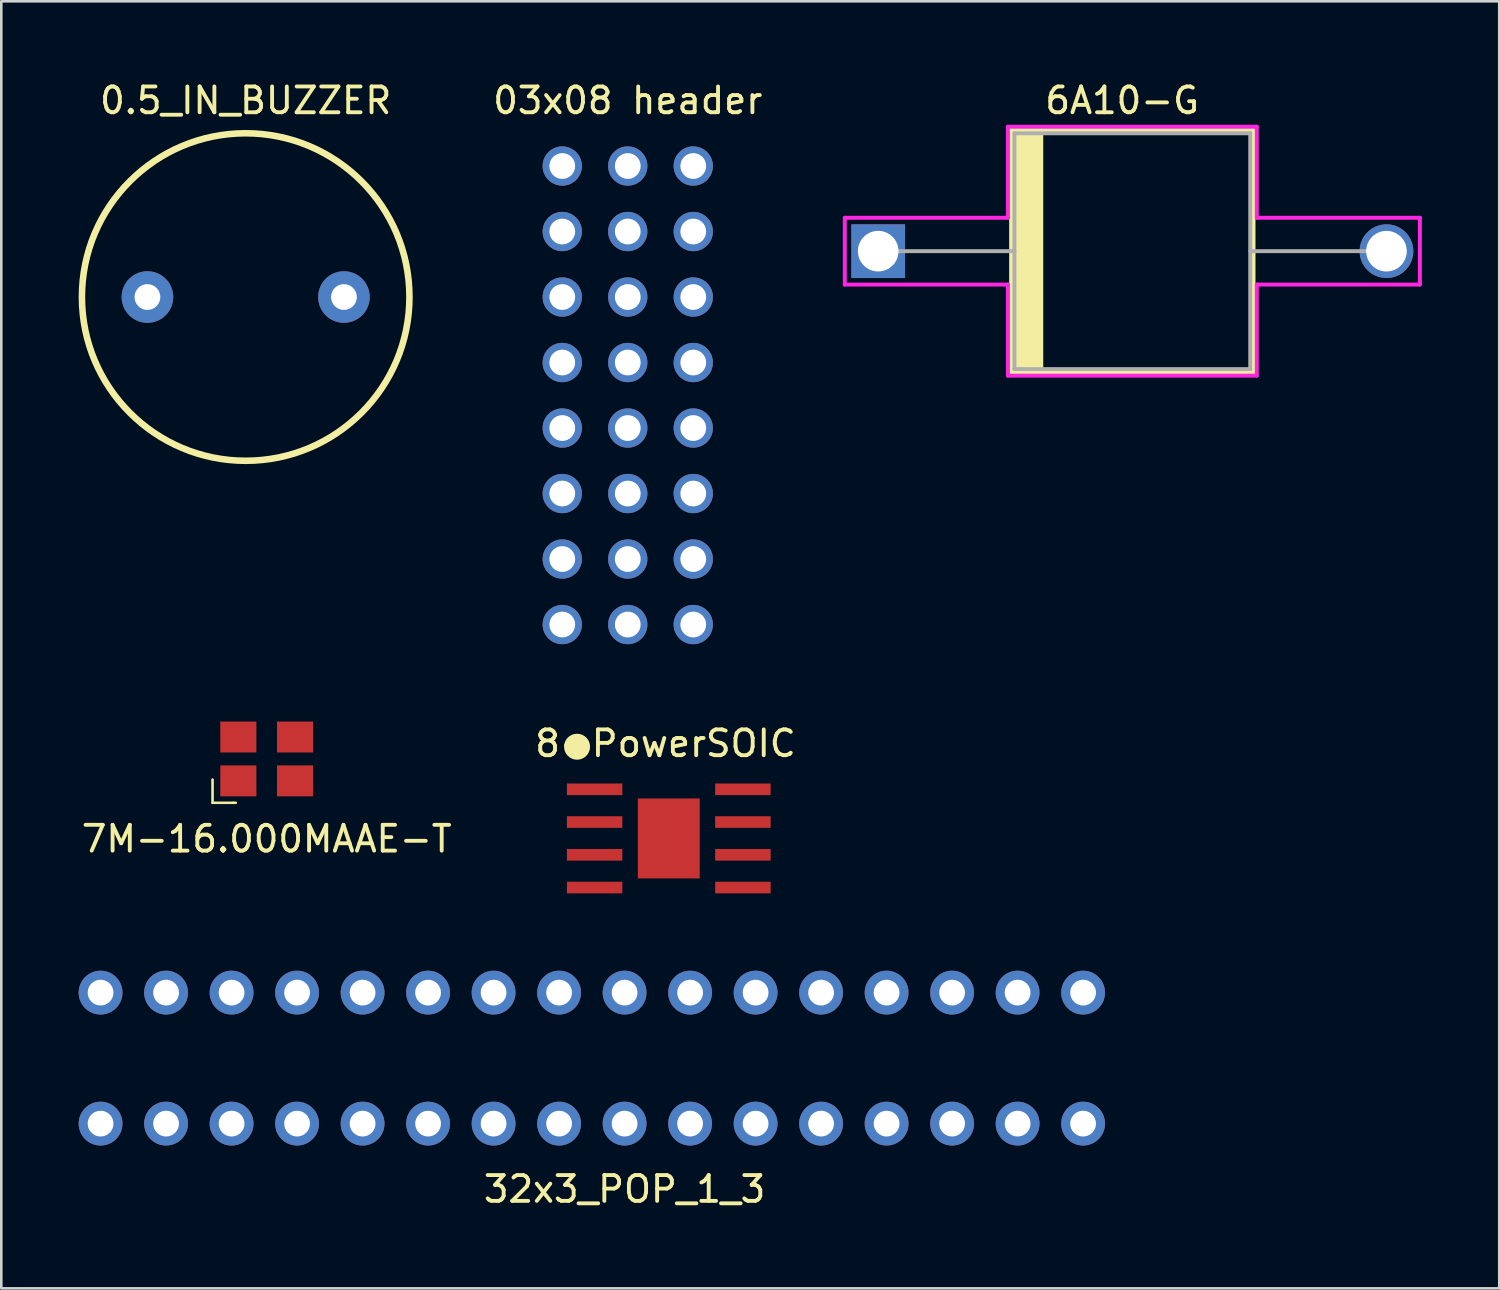
<source format=kicad_pcb>
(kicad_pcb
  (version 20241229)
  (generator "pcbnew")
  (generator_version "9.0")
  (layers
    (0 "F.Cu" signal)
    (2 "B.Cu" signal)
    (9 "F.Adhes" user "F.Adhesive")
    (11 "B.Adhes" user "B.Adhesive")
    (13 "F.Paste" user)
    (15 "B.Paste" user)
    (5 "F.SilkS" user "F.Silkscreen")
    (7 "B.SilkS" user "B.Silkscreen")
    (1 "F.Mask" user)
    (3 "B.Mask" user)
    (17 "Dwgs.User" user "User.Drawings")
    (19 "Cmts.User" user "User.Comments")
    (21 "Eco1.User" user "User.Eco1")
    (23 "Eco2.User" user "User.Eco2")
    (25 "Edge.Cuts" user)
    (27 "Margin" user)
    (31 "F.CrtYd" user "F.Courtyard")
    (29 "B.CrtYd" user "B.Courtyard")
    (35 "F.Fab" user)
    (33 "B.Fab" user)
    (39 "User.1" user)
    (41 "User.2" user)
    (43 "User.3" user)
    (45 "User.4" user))
  (footprint "7M-16.000MAAE-T"
    (layer "F.Cu")
    (at 7.292 26.38)
    (property "Reference" "7M-16.000MAAE-T" (at 0 3.1 0) (layer "F.SilkS") (effects (font (size 1 1) (thickness 0.15))))
    (attr through_hole)
    (fp_line (start -2.1 0.8) (end -2.1 1.7) (stroke (width 0.1) (type solid)) (layer "F.SilkS"))
    (fp_line (start -2.1 1.7) (end -1.3 1.7) (stroke (width 0.1) (type solid)) (layer "F.SilkS"))
    (fp_line (start -1.3 1.7) (end -1.2 1.7) (stroke (width 0.1) (type solid)) (layer "F.SilkS"))
    (pad "1" smd rect (at -1.1 0.85) (size 1.4 1.2) (layers "F.Cu" "F.Mask" "F.Paste"))
    (pad "2" smd rect (at 1.1 0.85) (size 1.4 1.2) (layers "F.Cu" "F.Mask" "F.Paste"))
    (pad "3" smd rect (at 1.1 -0.85) (size 1.4 1.2) (layers "F.Cu" "F.Mask" "F.Paste"))
    (pad "4" smd rect (at -1.1 -0.85) (size 1.4 1.2) (layers "F.Cu" "F.Mask" "F.Paste")))
  (footprint "8-PowerSOIC"
    (layer "F.Cu")
    (at 22.883 29.462)
    (property "Reference" "8-PowerSOIC" (at -0.127 -3.683 0) (layer "F.SilkS") (effects (font (size 1 1) (thickness 0.15))))
    (attr through_hole)
    (fp_circle (center -3.556 -3.556) (end -3.302 -3.556) (stroke (width 0.5) (type solid)) (fill no) (layer "F.SilkS"))
    (pad "1" smd rect (at -2.875 -1.905) (size 2.15 0.45) (layers "F.Cu" "F.Mask" "F.Paste"))
    (pad "2" smd rect (at -2.875 -0.635) (size 2.15 0.45) (layers "F.Cu" "F.Mask" "F.Paste"))
    (pad "3" smd rect (at -2.875 0.635) (size 2.15 0.45) (layers "F.Cu" "F.Mask" "F.Paste"))
    (pad "4" smd rect (at -2.875 1.905) (size 2.15 0.45) (layers "F.Cu" "F.Mask" "F.Paste"))
    (pad "5" smd rect (at 2.875 1.905) (size 2.15 0.45) (layers "F.Cu" "F.Mask" "F.Paste"))
    (pad "6" smd rect (at 2.875 0.635) (size 2.15 0.45) (layers "F.Cu" "F.Mask" "F.Paste"))
    (pad "7" smd rect (at 2.875 -0.635) (size 2.15 0.45) (layers "F.Cu" "F.Mask" "F.Paste"))
    (pad "8" smd rect (at 2.875 -1.905) (size 2.15 0.45) (layers "F.Cu" "F.Mask" "F.Paste"))
    (pad "9" smd rect (at 0 0) (size 2.4 3.1) (layers "F.Cu" "F.Mask" "F.Paste")))
  (footprint "6A10-G"
    (layer "F.Cu")
    (at 31.004 6.69)
    (property "Reference" "6A10-G" (at 9.461 -5.842 0) (layer "F.SilkS") (effects (font (size 1 1) (thickness 0.15))))
    (attr through_hole)
    (fp_line (start 5.156 -4.699) (end 5.156 4.699) (stroke (width 0.152) (type solid)) (layer "F.SilkS"))
    (fp_line (start 5.156 4.699) (end 14.554 4.699) (stroke (width 0.152) (type solid)) (layer "F.SilkS"))
    (fp_line (start 14.554 -4.699) (end 5.156 -4.699) (stroke (width 0.152) (type solid)) (layer "F.SilkS"))
    (fp_line (start 14.554 4.699) (end 14.554 -4.699) (stroke (width 0.152) (type solid)) (layer "F.SilkS"))
    (fp_poly (pts (xy 6.35 4.699) (xy 5.156 4.699) (xy 5.156 -4.699) (xy 6.35 -4.699)) (stroke (width 0.1) (type solid)) (fill yes) (layer "F.SilkS"))
    (fp_line (start -1.295 -1.295) (end 5.029 -1.295) (stroke (width 0.152) (type solid)) (layer "F.CrtYd"))
    (fp_line (start -1.295 1.295) (end -1.295 -1.295) (stroke (width 0.152) (type solid)) (layer "F.CrtYd"))
    (fp_line (start 5.029 -4.826) (end 14.681 -4.826) (stroke (width 0.152) (type solid)) (layer "F.CrtYd"))
    (fp_line (start 5.029 -1.295) (end 5.029 -4.826) (stroke (width 0.152) (type solid)) (layer "F.CrtYd"))
    (fp_line (start 5.029 1.295) (end -1.295 1.295) (stroke (width 0.152) (type solid)) (layer "F.CrtYd"))
    (fp_line (start 5.029 4.826) (end 5.029 1.295) (stroke (width 0.152) (type solid)) (layer "F.CrtYd"))
    (fp_line (start 14.681 -4.826) (end 14.681 -1.295) (stroke (width 0.152) (type solid)) (layer "F.CrtYd"))
    (fp_line (start 14.681 -1.295) (end 21.006 -1.295) (stroke (width 0.152) (type solid)) (layer "F.CrtYd"))
    (fp_line (start 14.681 1.295) (end 14.681 4.826) (stroke (width 0.152) (type solid)) (layer "F.CrtYd"))
    (fp_line (start 14.681 4.826) (end 5.029 4.826) (stroke (width 0.152) (type solid)) (layer "F.CrtYd"))
    (fp_line (start 21.006 -1.295) (end 21.006 1.295) (stroke (width 0.152) (type solid)) (layer "F.CrtYd"))
    (fp_line (start 21.006 1.295) (end 14.681 1.295) (stroke (width 0.152) (type solid)) (layer "F.CrtYd"))
    (fp_line (start 0 0) (end 5.283 0) (stroke (width 0.152) (type solid)) (layer "F.Fab"))
    (fp_line (start 5.283 -4.572) (end 5.283 4.572) (stroke (width 0.152) (type solid)) (layer "F.Fab"))
    (fp_line (start 5.283 4.572) (end 14.427 4.572) (stroke (width 0.152) (type solid)) (layer "F.Fab"))
    (fp_line (start 14.427 -4.572) (end 5.283 -4.572) (stroke (width 0.152) (type solid)) (layer "F.Fab"))
    (fp_line (start 14.427 4.572) (end 14.427 -4.572) (stroke (width 0.152) (type solid)) (layer "F.Fab"))
    (fp_line (start 19.71 0) (end 14.427 0) (stroke (width 0.152) (type solid)) (layer "F.Fab"))
    (pad "1" thru_hole rect (at 0 0) (size 2.083 2.083) (drill 1.575) (layers "*.Cu" "*.Mask"))
    (pad "2" thru_hole circle (at 19.71 0) (size 2.083 2.083) (drill 1.575) (layers "*.Cu" "*.Mask")))
  (footprint "03x08 header"
    (layer "F.Cu")
    (at 21.293 12.278)
    (property "Reference" "03x08 header" (at 0 -11.43 0) (unlocked yes) (layer "F.SilkS") (effects (font (size 1 1) (thickness 0.15))))
    (attr through_hole)
    (pad "1" thru_hole circle (at -2.54 -8.89) (size 1.524 1.524) (drill 1) (layers "*.Cu" "*.Mask"))
    (pad "2" thru_hole circle (at 0 -8.89) (size 1.524 1.524) (drill 1) (layers "*.Cu" "*.Mask"))
    (pad "3" thru_hole circle (at 2.54 -8.89) (size 1.524 1.524) (drill 1) (layers "*.Cu" "*.Mask"))
    (pad "4" thru_hole circle (at -2.54 -6.35) (size 1.524 1.524) (drill 1) (layers "*.Cu" "*.Mask"))
    (pad "5" thru_hole circle (at 0 -6.35) (size 1.524 1.524) (drill 1) (layers "*.Cu" "*.Mask"))
    (pad "6" thru_hole circle (at 2.54 -6.35) (size 1.524 1.524) (drill 1) (layers "*.Cu" "*.Mask"))
    (pad "7" thru_hole circle (at -2.54 -3.81) (size 1.524 1.524) (drill 1) (layers "*.Cu" "*.Mask"))
    (pad "8" thru_hole circle (at 0 -3.81) (size 1.524 1.524) (drill 1) (layers "*.Cu" "*.Mask"))
    (pad "9" thru_hole circle (at 2.54 -3.81) (size 1.524 1.524) (drill 1) (layers "*.Cu" "*.Mask"))
    (pad "10" thru_hole circle (at -2.54 -1.27) (size 1.524 1.524) (drill 1) (layers "*.Cu" "*.Mask"))
    (pad "11" thru_hole circle (at 0 -1.27) (size 1.524 1.524) (drill 1) (layers "*.Cu" "*.Mask"))
    (pad "12" thru_hole circle (at 2.54 -1.27) (size 1.524 1.524) (drill 1) (layers "*.Cu" "*.Mask"))
    (pad "13" thru_hole circle (at -2.54 1.27) (size 1.524 1.524) (drill 1) (layers "*.Cu" "*.Mask"))
    (pad "14" thru_hole circle (at 0 1.27) (size 1.524 1.524) (drill 1) (layers "*.Cu" "*.Mask"))
    (pad "15" thru_hole circle (at 2.54 1.27) (size 1.524 1.524) (drill 1) (layers "*.Cu" "*.Mask"))
    (pad "16" thru_hole circle (at -2.54 3.81) (size 1.524 1.524) (drill 1) (layers "*.Cu" "*.Mask"))
    (pad "17" thru_hole circle (at 0 3.81) (size 1.524 1.524) (drill 1) (layers "*.Cu" "*.Mask"))
    (pad "18" thru_hole circle (at 2.54 3.81) (size 1.524 1.524) (drill 1) (layers "*.Cu" "*.Mask"))
    (pad "19" thru_hole circle (at -2.54 6.35) (size 1.524 1.524) (drill 1) (layers "*.Cu" "*.Mask"))
    (pad "20" thru_hole circle (at 0 6.35) (size 1.524 1.524) (drill 1) (layers "*.Cu" "*.Mask"))
    (pad "21" thru_hole circle (at 2.54 6.35) (size 1.524 1.524) (drill 1) (layers "*.Cu" "*.Mask"))
    (pad "22" thru_hole circle (at -2.54 8.89) (size 1.524 1.524) (drill 1) (layers "*.Cu" "*.Mask"))
    (pad "23" thru_hole circle (at 0 8.89) (size 1.524 1.524) (drill 1) (layers "*.Cu" "*.Mask"))
    (pad "24" thru_hole circle (at 2.54 8.89) (size 1.524 1.524) (drill 1) (layers "*.Cu" "*.Mask")))
  (footprint "32x3_POP_1_3"
    (layer "F.Cu")
    (at 21.17 37.981)
    (property "Reference" "32x3_POP_1_3" (at 0 5.08 0) (layer "F.SilkS") (effects (font (size 1 1) (thickness 0.15))))
    (attr through_hole)
    (pad "1" thru_hole circle (at -20.32 -2.54) (size 1.7 1.7) (drill 1) (layers "*.Cu" "*.Mask"))
    (pad "2" thru_hole circle (at -20.32 2.54) (size 1.7 1.7) (drill 1) (layers "*.Cu" "*.Mask"))
    (pad "3" thru_hole circle (at -17.78 -2.54) (size 1.7 1.7) (drill 1) (layers "*.Cu" "*.Mask"))
    (pad "4" thru_hole circle (at -17.78 2.54) (size 1.7 1.7) (drill 1) (layers "*.Cu" "*.Mask"))
    (pad "5" thru_hole circle (at -15.24 -2.54) (size 1.7 1.7) (drill 1) (layers "*.Cu" "*.Mask"))
    (pad "6" thru_hole circle (at -15.24 2.54) (size 1.7 1.7) (drill 1) (layers "*.Cu" "*.Mask"))
    (pad "7" thru_hole circle (at -12.7 -2.54) (size 1.7 1.7) (drill 1) (layers "*.Cu" "*.Mask"))
    (pad "8" thru_hole circle (at -12.7 2.54) (size 1.7 1.7) (drill 1) (layers "*.Cu" "*.Mask"))
    (pad "9" thru_hole circle (at -10.16 -2.54) (size 1.7 1.7) (drill 1) (layers "*.Cu" "*.Mask"))
    (pad "10" thru_hole circle (at -10.16 2.54) (size 1.7 1.7) (drill 1) (layers "*.Cu" "*.Mask"))
    (pad "11" thru_hole circle (at -7.62 -2.54) (size 1.7 1.7) (drill 1) (layers "*.Cu" "*.Mask"))
    (pad "12" thru_hole circle (at -7.62 2.54) (size 1.7 1.7) (drill 1) (layers "*.Cu" "*.Mask"))
    (pad "13" thru_hole circle (at -5.08 -2.54) (size 1.7 1.7) (drill 1) (layers "*.Cu" "*.Mask"))
    (pad "14" thru_hole circle (at -5.08 2.54) (size 1.7 1.7) (drill 1) (layers "*.Cu" "*.Mask"))
    (pad "15" thru_hole circle (at -2.54 -2.54) (size 1.7 1.7) (drill 1) (layers "*.Cu" "*.Mask"))
    (pad "16" thru_hole circle (at -2.54 2.54) (size 1.7 1.7) (drill 1) (layers "*.Cu" "*.Mask"))
    (pad "17" thru_hole circle (at 0 -2.54) (size 1.7 1.7) (drill 1) (layers "*.Cu" "*.Mask"))
    (pad "18" thru_hole circle (at 0 2.54) (size 1.7 1.7) (drill 1) (layers "*.Cu" "*.Mask"))
    (pad "19" thru_hole circle (at 2.54 -2.54) (size 1.7 1.7) (drill 1) (layers "*.Cu" "*.Mask"))
    (pad "20" thru_hole circle (at 2.54 2.54) (size 1.7 1.7) (drill 1) (layers "*.Cu" "*.Mask"))
    (pad "21" thru_hole circle (at 5.08 -2.54) (size 1.7 1.7) (drill 1) (layers "*.Cu" "*.Mask"))
    (pad "22" thru_hole circle (at 5.08 2.54) (size 1.7 1.7) (drill 1) (layers "*.Cu" "*.Mask"))
    (pad "23" thru_hole circle (at 7.62 -2.54) (size 1.7 1.7) (drill 1) (layers "*.Cu" "*.Mask"))
    (pad "24" thru_hole circle (at 7.62 2.54) (size 1.7 1.7) (drill 1) (layers "*.Cu" "*.Mask"))
    (pad "25" thru_hole circle (at 10.16 -2.54) (size 1.7 1.7) (drill 1) (layers "*.Cu" "*.Mask"))
    (pad "26" thru_hole circle (at 10.16 2.54) (size 1.7 1.7) (drill 1) (layers "*.Cu" "*.Mask"))
    (pad "27" thru_hole circle (at 12.7 -2.54) (size 1.7 1.7) (drill 1) (layers "*.Cu" "*.Mask"))
    (pad "28" thru_hole circle (at 12.7 2.54) (size 1.7 1.7) (drill 1) (layers "*.Cu" "*.Mask"))
    (pad "29" thru_hole circle (at 15.24 -2.54) (size 1.7 1.7) (drill 1) (layers "*.Cu" "*.Mask"))
    (pad "30" thru_hole circle (at 15.24 2.54) (size 1.7 1.7) (drill 1) (layers "*.Cu" "*.Mask"))
    (pad "31" thru_hole circle (at 17.78 -2.54) (size 1.7 1.7) (drill 1) (layers "*.Cu" "*.Mask"))
    (pad "32" thru_hole circle (at 17.78 2.54) (size 1.7 1.7) (drill 1) (layers "*.Cu" "*.Mask")))
  (footprint "0.5_IN_BUZZER"
    (layer "F.Cu")
    (at 6.477 8.468)
    (property "Reference" "0.5_IN_BUZZER" (at 0 -7.62 0) (layer "F.SilkS") (effects (font (size 1 1) (thickness 0.15))))
    (attr through_hole)
    (fp_circle (center 0 0) (end 6.35 0) (stroke (width 0.254) (type solid)) (fill no) (layer "F.SilkS"))
    (pad "1" thru_hole circle (at -3.81 0) (size 2 2) (drill 1) (layers "*.Cu" "*.Mask"))
    (pad "2" thru_hole circle (at 3.81 0) (size 2 2) (drill 1) (layers "*.Cu" "*.Mask")))
  (gr_rect
    (start -3 -3)
    (end 55.086 46.91)
    (stroke (width 0.1) (type default))
    (fill no)
    (layer "Edge.Cuts")))
</source>
